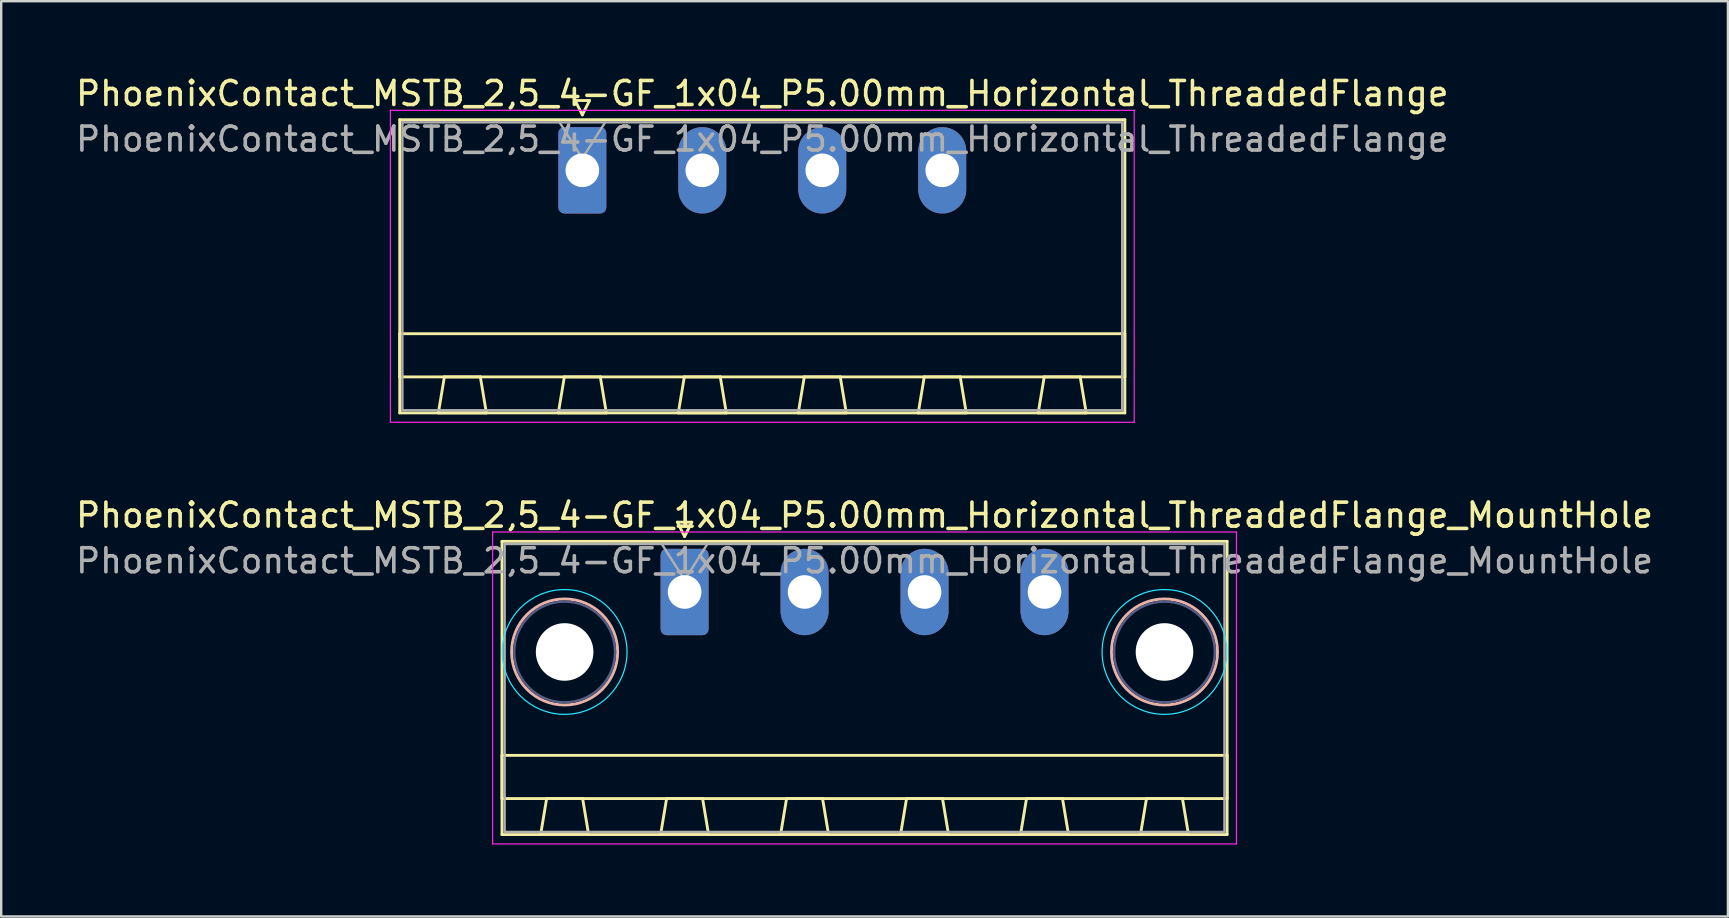
<source format=kicad_pcb>
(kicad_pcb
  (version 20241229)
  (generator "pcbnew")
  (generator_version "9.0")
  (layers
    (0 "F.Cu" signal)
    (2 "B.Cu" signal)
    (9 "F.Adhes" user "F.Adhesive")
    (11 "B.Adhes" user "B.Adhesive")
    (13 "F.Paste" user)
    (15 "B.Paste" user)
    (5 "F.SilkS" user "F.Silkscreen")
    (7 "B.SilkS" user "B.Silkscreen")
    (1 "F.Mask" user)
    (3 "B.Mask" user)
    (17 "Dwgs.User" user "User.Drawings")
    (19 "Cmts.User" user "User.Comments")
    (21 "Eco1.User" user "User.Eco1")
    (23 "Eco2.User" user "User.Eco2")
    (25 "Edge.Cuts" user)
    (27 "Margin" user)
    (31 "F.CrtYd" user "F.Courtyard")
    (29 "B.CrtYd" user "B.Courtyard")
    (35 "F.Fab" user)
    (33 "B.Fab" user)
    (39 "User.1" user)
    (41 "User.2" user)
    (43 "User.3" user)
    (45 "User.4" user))
  (footprint "PhoenixContact_MSTB_2,5_4-GF_1x04_P5.00mm_Horizontal_ThreadedFlange_MountHole"
    (layer "F.Cu")
    (at 25.482 21.622)
    (property "Reference" "PhoenixContact_MSTB_2,5_4-GF_1x04_P5.00mm_Horizontal_ThreadedFlange_MountHole" (at 7.5 -3.2 0) (layer "F.SilkS") (effects (font (size 1 1) (thickness 0.15))))
    (attr through_hole)
    (fp_line (start -7.61 -2.11) (end -7.61 10.11) (stroke (width 0.12) (type solid)) (layer "F.SilkS"))
    (fp_line (start -7.61 6.81) (end 22.61 6.81) (stroke (width 0.12) (type solid)) (layer "F.SilkS"))
    (fp_line (start -7.61 8.61) (end -7.61 6.81) (stroke (width 0.12) (type solid)) (layer "F.SilkS"))
    (fp_line (start -7.61 10.11) (end 22.61 10.11) (stroke (width 0.12) (type solid)) (layer "F.SilkS"))
    (fp_line (start -6 10.11) (end -4 10.11) (stroke (width 0.12) (type solid)) (layer "F.SilkS"))
    (fp_line (start -5.75 8.61) (end -6 10.11) (stroke (width 0.12) (type solid)) (layer "F.SilkS"))
    (fp_line (start -4.25 8.61) (end -5.75 8.61) (stroke (width 0.12) (type solid)) (layer "F.SilkS"))
    (fp_line (start -4 10.11) (end -4.25 8.61) (stroke (width 0.12) (type solid)) (layer "F.SilkS"))
    (fp_line (start -1 10.11) (end 1 10.11) (stroke (width 0.12) (type solid)) (layer "F.SilkS"))
    (fp_line (start -0.75 8.61) (end -1 10.11) (stroke (width 0.12) (type solid)) (layer "F.SilkS"))
    (fp_line (start -0.3 -2.91) (end 0.3 -2.91) (stroke (width 0.12) (type solid)) (layer "F.SilkS"))
    (fp_line (start 0 -2.31) (end -0.3 -2.91) (stroke (width 0.12) (type solid)) (layer "F.SilkS"))
    (fp_line (start 0.3 -2.91) (end 0 -2.31) (stroke (width 0.12) (type solid)) (layer "F.SilkS"))
    (fp_line (start 0.75 8.61) (end -0.75 8.61) (stroke (width 0.12) (type solid)) (layer "F.SilkS"))
    (fp_line (start 1 10.11) (end 0.75 8.61) (stroke (width 0.12) (type solid)) (layer "F.SilkS"))
    (fp_line (start 4 10.11) (end 6 10.11) (stroke (width 0.12) (type solid)) (layer "F.SilkS"))
    (fp_line (start 4.25 8.61) (end 4 10.11) (stroke (width 0.12) (type solid)) (layer "F.SilkS"))
    (fp_line (start 5.75 8.61) (end 4.25 8.61) (stroke (width 0.12) (type solid)) (layer "F.SilkS"))
    (fp_line (start 6 10.11) (end 5.75 8.61) (stroke (width 0.12) (type solid)) (layer "F.SilkS"))
    (fp_line (start 9 10.11) (end 11 10.11) (stroke (width 0.12) (type solid)) (layer "F.SilkS"))
    (fp_line (start 9.25 8.61) (end 9 10.11) (stroke (width 0.12) (type solid)) (layer "F.SilkS"))
    (fp_line (start 10.75 8.61) (end 9.25 8.61) (stroke (width 0.12) (type solid)) (layer "F.SilkS"))
    (fp_line (start 11 10.11) (end 10.75 8.61) (stroke (width 0.12) (type solid)) (layer "F.SilkS"))
    (fp_line (start 14 10.11) (end 16 10.11) (stroke (width 0.12) (type solid)) (layer "F.SilkS"))
    (fp_line (start 14.25 8.61) (end 14 10.11) (stroke (width 0.12) (type solid)) (layer "F.SilkS"))
    (fp_line (start 15.75 8.61) (end 14.25 8.61) (stroke (width 0.12) (type solid)) (layer "F.SilkS"))
    (fp_line (start 16 10.11) (end 15.75 8.61) (stroke (width 0.12) (type solid)) (layer "F.SilkS"))
    (fp_line (start 19 10.11) (end 21 10.11) (stroke (width 0.12) (type solid)) (layer "F.SilkS"))
    (fp_line (start 19.25 8.61) (end 19 10.11) (stroke (width 0.12) (type solid)) (layer "F.SilkS"))
    (fp_line (start 20.75 8.61) (end 19.25 8.61) (stroke (width 0.12) (type solid)) (layer "F.SilkS"))
    (fp_line (start 21 10.11) (end 20.75 8.61) (stroke (width 0.12) (type solid)) (layer "F.SilkS"))
    (fp_line (start 22.61 -2.11) (end -7.61 -2.11) (stroke (width 0.12) (type solid)) (layer "F.SilkS"))
    (fp_line (start 22.61 6.81) (end 22.61 8.61) (stroke (width 0.12) (type solid)) (layer "F.SilkS"))
    (fp_line (start 22.61 8.61) (end -7.61 8.61) (stroke (width 0.12) (type solid)) (layer "F.SilkS"))
    (fp_line (start 22.61 10.11) (end 22.61 -2.11) (stroke (width 0.12) (type solid)) (layer "F.SilkS"))
    (fp_circle (center -5 2.5) (end -2.79 2.5) (stroke (width 0.12) (type solid)) (fill no) (layer "B.SilkS"))
    (fp_circle (center 20 2.5) (end 22.21 2.5) (stroke (width 0.12) (type solid)) (fill no) (layer "B.SilkS"))
    (fp_circle (center -5 2.5) (end -2.4 2.5) (stroke (width 0.05) (type solid)) (fill no) (layer "B.CrtYd"))
    (fp_circle (center 20 2.5) (end 22.6 2.5) (stroke (width 0.05) (type solid)) (fill no) (layer "B.CrtYd"))
    (fp_line (start -8 -2.5) (end -8 10.5) (stroke (width 0.05) (type solid)) (layer "F.CrtYd"))
    (fp_line (start -8 10.5) (end 23 10.5) (stroke (width 0.05) (type solid)) (layer "F.CrtYd"))
    (fp_line (start 23 -2.5) (end -8 -2.5) (stroke (width 0.05) (type solid)) (layer "F.CrtYd"))
    (fp_line (start 23 10.5) (end 23 -2.5) (stroke (width 0.05) (type solid)) (layer "F.CrtYd"))
    (fp_circle (center -5 2.5) (end -2.9 2.5) (stroke (width 0.1) (type solid)) (fill no) (layer "B.Fab"))
    (fp_circle (center 20 2.5) (end 22.1 2.5) (stroke (width 0.1) (type solid)) (fill no) (layer "B.Fab"))
    (fp_line (start -7.5 -2) (end -7.5 10) (stroke (width 0.1) (type solid)) (layer "F.Fab"))
    (fp_line (start -7.5 10) (end 22.5 10) (stroke (width 0.1) (type solid)) (layer "F.Fab"))
    (fp_line (start 0 -0.5) (end -0.95 -2) (stroke (width 0.1) (type solid)) (layer "F.Fab"))
    (fp_line (start 0.95 -2) (end 0 -0.5) (stroke (width 0.1) (type solid)) (layer "F.Fab"))
    (fp_line (start 22.5 -2) (end -7.5 -2) (stroke (width 0.1) (type solid)) (layer "F.Fab"))
    (fp_line (start 22.5 10) (end 22.5 -2) (stroke (width 0.1) (type solid)) (layer "F.Fab"))
    (fp_text user "${REFERENCE}" (at 7.5 -1.3 0) (layer "F.Fab") (effects (font (size 1 1) (thickness 0.15))))
    (pad "" np_thru_hole circle (at -5 2.5) (size 2.4 2.4) (drill 2.4) (layers "*.Cu" "*.Mask"))
    (pad "" np_thru_hole circle (at 20 2.5) (size 2.4 2.4) (drill 2.4) (layers "*.Cu" "*.Mask"))
    (pad "1" thru_hole roundrect (at 0 0) (size 2 3.6) (drill 1.4) (layers "*.Cu" "*.Mask") (roundrect_rratio 0.125))
    (pad "2" thru_hole oval (at 5 0) (size 2 3.6) (drill 1.4) (layers "*.Cu" "*.Mask"))
    (pad "3" thru_hole oval (at 10 0) (size 2 3.6) (drill 1.4) (layers "*.Cu" "*.Mask"))
    (pad "4" thru_hole oval (at 15 0) (size 2 3.6) (drill 1.4) (layers "*.Cu" "*.Mask")))
  (footprint "PhoenixContact_MSTB_2,5_4-GF_1x04_P5.00mm_Horizontal_ThreadedFlange"
    (layer "F.Cu")
    (at 21.22 4.048)
    (property "Reference" "PhoenixContact_MSTB_2,5_4-GF_1x04_P5.00mm_Horizontal_ThreadedFlange" (at 7.5 -3.2 0) (layer "F.SilkS") (effects (font (size 1 1) (thickness 0.15))))
    (attr through_hole)
    (fp_line (start -7.61 -2.11) (end -7.61 10.11) (stroke (width 0.12) (type solid)) (layer "F.SilkS"))
    (fp_line (start -7.61 6.81) (end 22.61 6.81) (stroke (width 0.12) (type solid)) (layer "F.SilkS"))
    (fp_line (start -7.61 8.61) (end -7.61 6.81) (stroke (width 0.12) (type solid)) (layer "F.SilkS"))
    (fp_line (start -7.61 10.11) (end 22.61 10.11) (stroke (width 0.12) (type solid)) (layer "F.SilkS"))
    (fp_line (start -6 10.11) (end -4 10.11) (stroke (width 0.12) (type solid)) (layer "F.SilkS"))
    (fp_line (start -5.75 8.61) (end -6 10.11) (stroke (width 0.12) (type solid)) (layer "F.SilkS"))
    (fp_line (start -4.25 8.61) (end -5.75 8.61) (stroke (width 0.12) (type solid)) (layer "F.SilkS"))
    (fp_line (start -4 10.11) (end -4.25 8.61) (stroke (width 0.12) (type solid)) (layer "F.SilkS"))
    (fp_line (start -1 10.11) (end 1 10.11) (stroke (width 0.12) (type solid)) (layer "F.SilkS"))
    (fp_line (start -0.75 8.61) (end -1 10.11) (stroke (width 0.12) (type solid)) (layer "F.SilkS"))
    (fp_line (start -0.3 -2.91) (end 0.3 -2.91) (stroke (width 0.12) (type solid)) (layer "F.SilkS"))
    (fp_line (start 0 -2.31) (end -0.3 -2.91) (stroke (width 0.12) (type solid)) (layer "F.SilkS"))
    (fp_line (start 0.3 -2.91) (end 0 -2.31) (stroke (width 0.12) (type solid)) (layer "F.SilkS"))
    (fp_line (start 0.75 8.61) (end -0.75 8.61) (stroke (width 0.12) (type solid)) (layer "F.SilkS"))
    (fp_line (start 1 10.11) (end 0.75 8.61) (stroke (width 0.12) (type solid)) (layer "F.SilkS"))
    (fp_line (start 4 10.11) (end 6 10.11) (stroke (width 0.12) (type solid)) (layer "F.SilkS"))
    (fp_line (start 4.25 8.61) (end 4 10.11) (stroke (width 0.12) (type solid)) (layer "F.SilkS"))
    (fp_line (start 5.75 8.61) (end 4.25 8.61) (stroke (width 0.12) (type solid)) (layer "F.SilkS"))
    (fp_line (start 6 10.11) (end 5.75 8.61) (stroke (width 0.12) (type solid)) (layer "F.SilkS"))
    (fp_line (start 9 10.11) (end 11 10.11) (stroke (width 0.12) (type solid)) (layer "F.SilkS"))
    (fp_line (start 9.25 8.61) (end 9 10.11) (stroke (width 0.12) (type solid)) (layer "F.SilkS"))
    (fp_line (start 10.75 8.61) (end 9.25 8.61) (stroke (width 0.12) (type solid)) (layer "F.SilkS"))
    (fp_line (start 11 10.11) (end 10.75 8.61) (stroke (width 0.12) (type solid)) (layer "F.SilkS"))
    (fp_line (start 14 10.11) (end 16 10.11) (stroke (width 0.12) (type solid)) (layer "F.SilkS"))
    (fp_line (start 14.25 8.61) (end 14 10.11) (stroke (width 0.12) (type solid)) (layer "F.SilkS"))
    (fp_line (start 15.75 8.61) (end 14.25 8.61) (stroke (width 0.12) (type solid)) (layer "F.SilkS"))
    (fp_line (start 16 10.11) (end 15.75 8.61) (stroke (width 0.12) (type solid)) (layer "F.SilkS"))
    (fp_line (start 19 10.11) (end 21 10.11) (stroke (width 0.12) (type solid)) (layer "F.SilkS"))
    (fp_line (start 19.25 8.61) (end 19 10.11) (stroke (width 0.12) (type solid)) (layer "F.SilkS"))
    (fp_line (start 20.75 8.61) (end 19.25 8.61) (stroke (width 0.12) (type solid)) (layer "F.SilkS"))
    (fp_line (start 21 10.11) (end 20.75 8.61) (stroke (width 0.12) (type solid)) (layer "F.SilkS"))
    (fp_line (start 22.61 -2.11) (end -7.61 -2.11) (stroke (width 0.12) (type solid)) (layer "F.SilkS"))
    (fp_line (start 22.61 6.81) (end 22.61 8.61) (stroke (width 0.12) (type solid)) (layer "F.SilkS"))
    (fp_line (start 22.61 8.61) (end -7.61 8.61) (stroke (width 0.12) (type solid)) (layer "F.SilkS"))
    (fp_line (start 22.61 10.11) (end 22.61 -2.11) (stroke (width 0.12) (type solid)) (layer "F.SilkS"))
    (fp_line (start -8 -2.5) (end -8 10.5) (stroke (width 0.05) (type solid)) (layer "F.CrtYd"))
    (fp_line (start -8 10.5) (end 23 10.5) (stroke (width 0.05) (type solid)) (layer "F.CrtYd"))
    (fp_line (start 23 -2.5) (end -8 -2.5) (stroke (width 0.05) (type solid)) (layer "F.CrtYd"))
    (fp_line (start 23 10.5) (end 23 -2.5) (stroke (width 0.05) (type solid)) (layer "F.CrtYd"))
    (fp_line (start -7.5 -2) (end -7.5 10) (stroke (width 0.1) (type solid)) (layer "F.Fab"))
    (fp_line (start -7.5 10) (end 22.5 10) (stroke (width 0.1) (type solid)) (layer "F.Fab"))
    (fp_line (start 0 -0.5) (end -0.95 -2) (stroke (width 0.1) (type solid)) (layer "F.Fab"))
    (fp_line (start 0.95 -2) (end 0 -0.5) (stroke (width 0.1) (type solid)) (layer "F.Fab"))
    (fp_line (start 22.5 -2) (end -7.5 -2) (stroke (width 0.1) (type solid)) (layer "F.Fab"))
    (fp_line (start 22.5 10) (end 22.5 -2) (stroke (width 0.1) (type solid)) (layer "F.Fab"))
    (fp_text user "${REFERENCE}" (at 7.5 -1.3 0) (layer "F.Fab") (effects (font (size 1 1) (thickness 0.15))))
    (pad "1" thru_hole roundrect (at 0 0) (size 2 3.6) (drill 1.4) (layers "*.Cu" "*.Mask") (roundrect_rratio 0.125))
    (pad "2" thru_hole oval (at 5 0) (size 2 3.6) (drill 1.4) (layers "*.Cu" "*.Mask"))
    (pad "3" thru_hole oval (at 10 0) (size 2 3.6) (drill 1.4) (layers "*.Cu" "*.Mask"))
    (pad "4" thru_hole oval (at 15 0) (size 2 3.6) (drill 1.4) (layers "*.Cu" "*.Mask")))
  (gr_rect
    (start -3 -3)
    (end 68.964 35.147)
    (stroke (width 0.1) (type default))
    (fill no)
    (layer "Edge.Cuts")))
</source>
